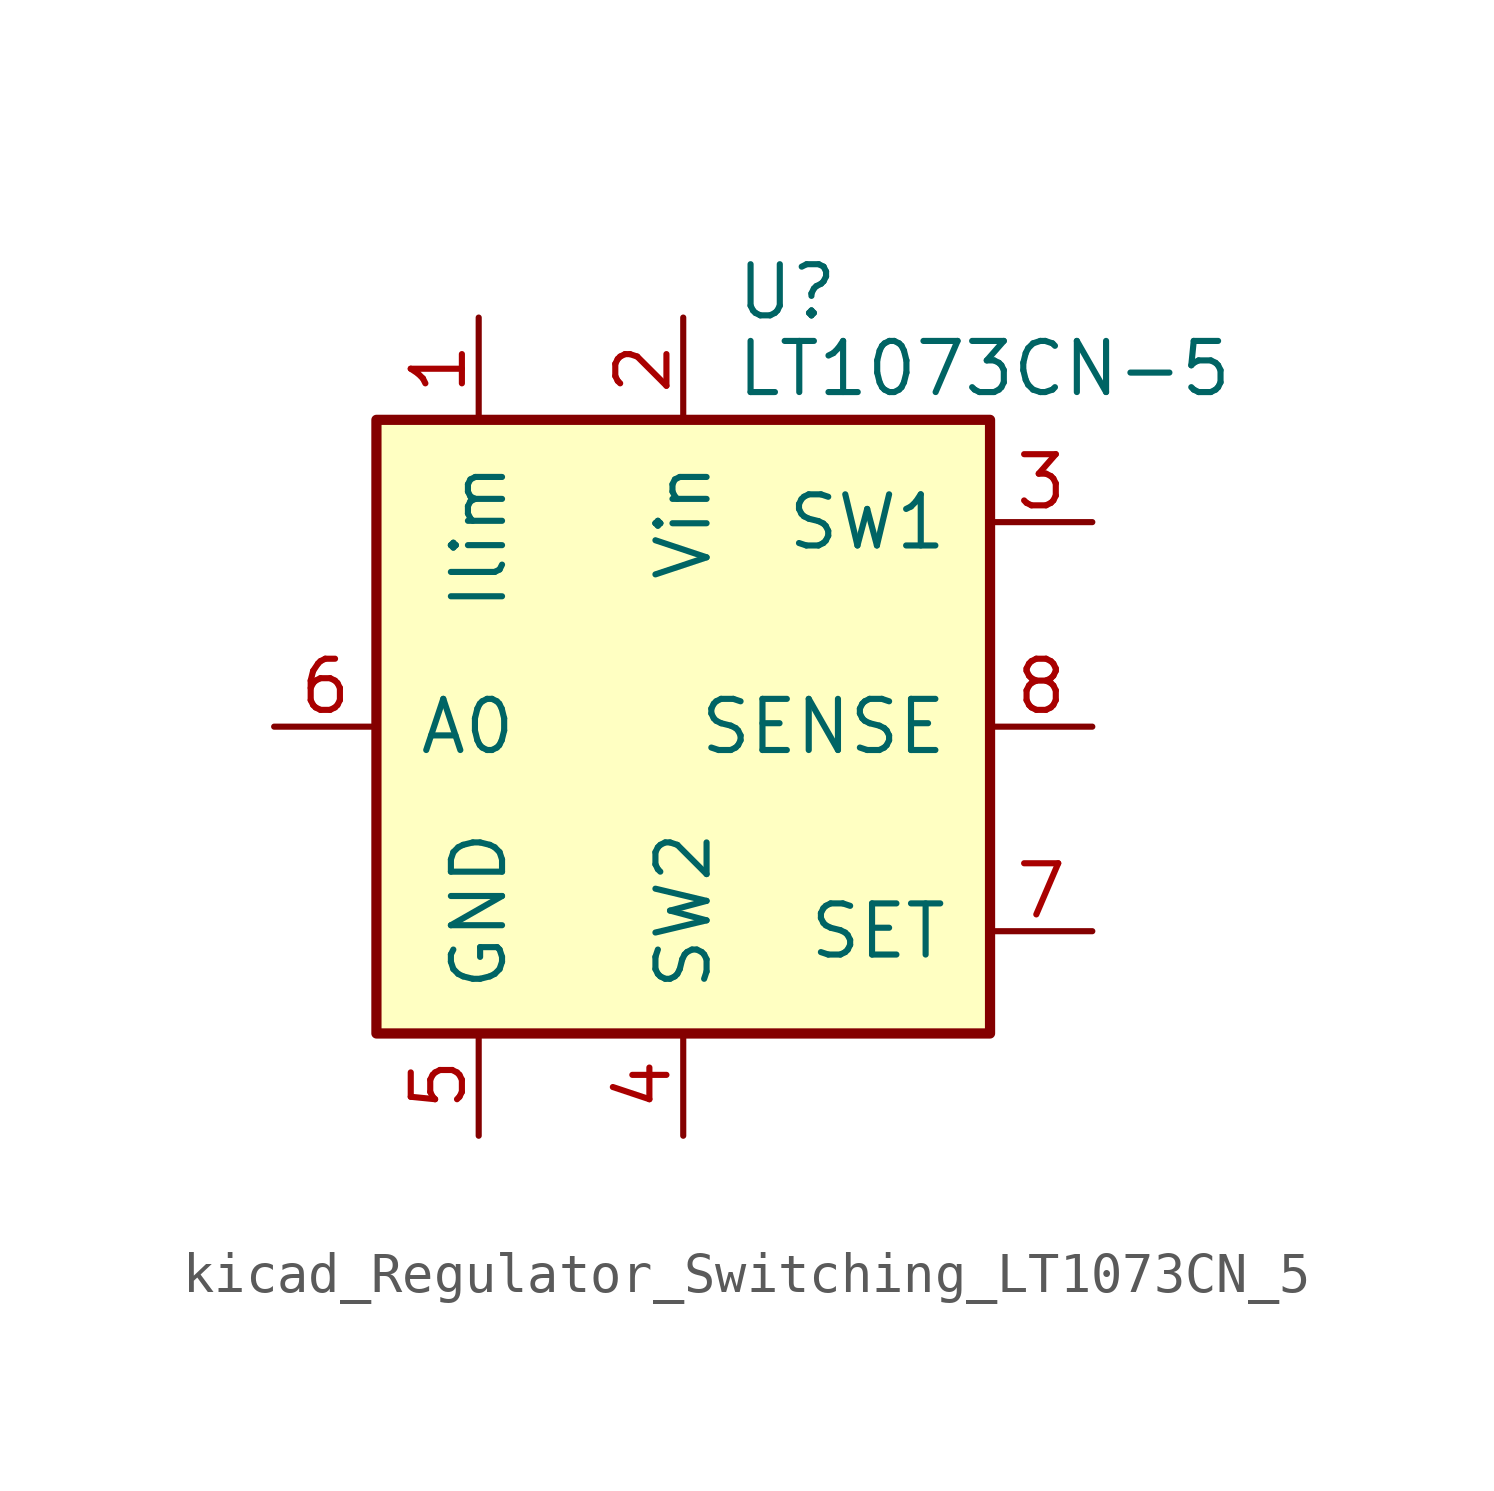
<source format=kicad_sym>
(kicad_symbol_lib
  (version 20220914)
  (generator kicad_symbol_editor)
  (symbol "kicad_Regulator_Switching_LT1073CN_5"
    (pin_names
      (offset 1.016))
    (property "Reference" "U"
      (at 1.27 10.795 0)
      (effects (font (size 1.27 1.27)) (justify left)))
    (property "Value" "LT1073CN-5"
      (at 1.27 8.89 0)
      (effects (font (size 1.27 1.27)) (justify left)))
    (symbol "kicad_Regulator_Switching_LT1073CN_5_0_1"
      (rectangle (start -7.62 7.62) (end 7.62 -7.62) (stroke (width 0.254) (type default)) (fill (type background))))
    (symbol "kicad_Regulator_Switching_LT1073CN_5_1_1"
      (pin input line (at -5.08 10.16 270) (length 2.54) (name "Ilim" (effects (font (size 1.27 1.27)))) (number "1" (effects (font (size 1.27 1.27)))))
      (pin power_in line (at 0 10.16 270) (length 2.54) (name "Vin" (effects (font (size 1.27 1.27)))) (number "2" (effects (font (size 1.27 1.27)))))
      (pin input line (at 10.16 5.08 180) (length 2.54) (name "SW1" (effects (font (size 1.27 1.27)))) (number "3" (effects (font (size 1.27 1.27)))))
      (pin input line (at 0 -10.16 90) (length 2.54) (name "SW2" (effects (font (size 1.27 1.27)))) (number "4" (effects (font (size 1.27 1.27)))))
      (pin power_in line (at -5.08 -10.16 90) (length 2.54) (name "GND" (effects (font (size 1.27 1.27)))) (number "5" (effects (font (size 1.27 1.27)))))
      (pin output line (at -10.16 0 0) (length 2.54) (name "A0" (effects (font (size 1.27 1.27)))) (number "6" (effects (font (size 1.27 1.27)))))
      (pin input line (at 10.16 -5.08 180) (length 2.54) (name "SET" (effects (font (size 1.27 1.27)))) (number "7" (effects (font (size 1.27 1.27)))))
      (pin input line (at 10.16 0 180) (length 2.54) (name "SENSE" (effects (font (size 1.27 1.27)))) (number "8" (effects (font (size 1.27 1.27))))))))
</source>
